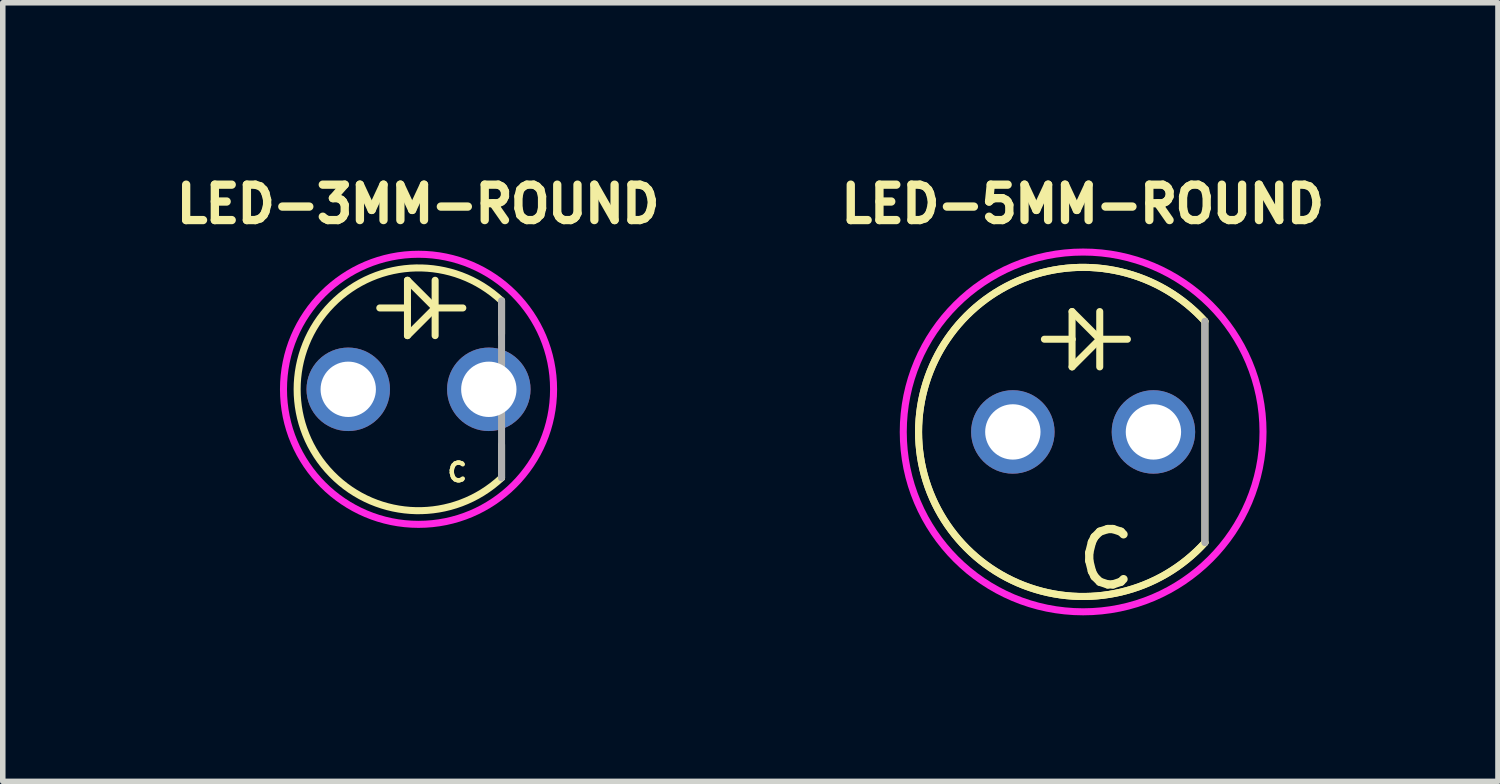
<source format=kicad_pcb>
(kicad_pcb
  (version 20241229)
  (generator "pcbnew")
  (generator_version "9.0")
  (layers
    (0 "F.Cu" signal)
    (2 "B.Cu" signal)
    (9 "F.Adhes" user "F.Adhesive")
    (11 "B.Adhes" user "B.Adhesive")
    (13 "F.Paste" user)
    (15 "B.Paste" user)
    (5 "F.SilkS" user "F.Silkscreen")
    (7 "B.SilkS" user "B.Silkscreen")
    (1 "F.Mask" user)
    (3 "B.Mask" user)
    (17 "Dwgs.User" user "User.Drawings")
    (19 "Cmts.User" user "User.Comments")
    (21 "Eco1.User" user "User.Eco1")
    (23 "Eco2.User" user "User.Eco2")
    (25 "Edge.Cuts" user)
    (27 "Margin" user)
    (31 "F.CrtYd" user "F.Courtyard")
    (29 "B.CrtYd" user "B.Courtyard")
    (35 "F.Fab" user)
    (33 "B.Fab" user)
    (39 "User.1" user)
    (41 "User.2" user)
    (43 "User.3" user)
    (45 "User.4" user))
  (footprint "LED-5MM-ROUND"
    (layer "F.Cu")
    (at 16.52 4.754)
    (property "Reference" "LED-5MM-ROUND" (at -0.008 -4.116 0) (layer "F.SilkS") (effects (font (size 0.64 0.64) (thickness 0.15))))
    (attr through_hole)
    (fp_line (start -0.2 -2.175) (end 0.3 -1.675) (stroke (width 0.127) (type solid)) (layer "F.SilkS"))
    (fp_line (start -0.2 -1.675) (end -0.7 -1.675) (stroke (width 0.127) (type solid)) (layer "F.SilkS"))
    (fp_line (start -0.2 -1.675) (end -0.2 -2.175) (stroke (width 0.127) (type solid)) (layer "F.SilkS"))
    (fp_line (start -0.2 -1.175) (end -0.2 -1.675) (stroke (width 0.127) (type solid)) (layer "F.SilkS"))
    (fp_line (start 0.3 -1.675) (end -0.2 -1.175) (stroke (width 0.127) (type solid)) (layer "F.SilkS"))
    (fp_line (start 0.3 -1.675) (end 0.3 -2.175) (stroke (width 0.127) (type solid)) (layer "F.SilkS"))
    (fp_line (start 0.3 -1.675) (end 0.3 -1.175) (stroke (width 0.127) (type solid)) (layer "F.SilkS"))
    (fp_line (start 0.8 -1.675) (end 0.3 -1.675) (stroke (width 0.127) (type solid)) (layer "F.SilkS"))
    (fp_line (start 2.2 -2) (end 2.2 2) (stroke (width 0.127) (type solid)) (layer "F.SilkS"))
    (fp_arc (start 2.2 2) (mid -2.97324 0) (end 2.2 -2) (stroke (width 0.127) (type solid)) (layer "F.SilkS"))
    (fp_arc (start 2.2 2) (mid -2.97324 0) (end 2.2 -2) (stroke (width 0.127) (type solid)) (layer "F.SilkS"))
    (fp_circle (center 0 0) (end 3.25 0) (stroke (width 0.127) (type solid)) (fill no) (layer "F.CrtYd"))
    (fp_line (start 2.2 -2) (end 2.2 2) (stroke (width 0.127) (type solid)) (layer "F.Fab"))
    (fp_text user "C" (at 0.42 2.3 0) (layer "F.SilkS") (effects (font (size 1 1) (thickness 0.15))))
    (pad "1" thru_hole circle (at 1.27 0) (size 1.508 1.508) (drill 1) (layers "*.Cu" "*.Mask"))
    (pad "2" thru_hole circle (at -1.27 0) (size 1.508 1.508) (drill 1) (layers "*.Cu" "*.Mask")))
  (footprint "LED-3MM-ROUND"
    (layer "F.Cu")
    (at 4.512 3.984)
    (property "Reference" "LED-3MM-ROUND" (at -0.008 -3.346 0) (layer "F.SilkS") (effects (font (size 0.64 0.64) (thickness 0.15))))
    (attr through_hole)
    (fp_line (start -0.2 -1.97) (end 0.3 -1.47) (stroke (width 0.127) (type solid)) (layer "F.SilkS"))
    (fp_line (start -0.2 -1.47) (end -0.7 -1.47) (stroke (width 0.127) (type solid)) (layer "F.SilkS"))
    (fp_line (start -0.2 -1.47) (end -0.2 -1.97) (stroke (width 0.127) (type solid)) (layer "F.SilkS"))
    (fp_line (start -0.2 -0.97) (end -0.2 -1.47) (stroke (width 0.127) (type solid)) (layer "F.SilkS"))
    (fp_line (start 0.3 -1.47) (end -0.2 -0.97) (stroke (width 0.127) (type solid)) (layer "F.SilkS"))
    (fp_line (start 0.3 -1.47) (end 0.3 -1.97) (stroke (width 0.127) (type solid)) (layer "F.SilkS"))
    (fp_line (start 0.3 -1.47) (end 0.8 -1.47) (stroke (width 0.127) (type solid)) (layer "F.SilkS"))
    (fp_line (start 0.3 -0.97) (end 0.3 -1.47) (stroke (width 0.127) (type solid)) (layer "F.SilkS"))
    (fp_line (start 1.5 -1.6) (end 1.5 -1) (stroke (width 0.127) (type solid)) (layer "F.SilkS"))
    (fp_line (start 1.5 1) (end 1.5 1.6) (stroke (width 0.127) (type solid)) (layer "F.SilkS"))
    (fp_arc (start 1.5 1.6) (mid -2.193181 0) (end 1.5 -1.6) (stroke (width 0.127) (type solid)) (layer "F.SilkS"))
    (fp_circle (center 0 0) (end 2.44 0) (stroke (width 0.127) (type solid)) (fill no) (layer "F.CrtYd"))
    (fp_line (start 1.5 -1.6) (end 1.5 1.6) (stroke (width 0.127) (type solid)) (layer "F.Fab"))
    (fp_text user "C" (at 0.7 1.5 0) (layer "F.SilkS") (effects (font (size 0.32 0.32) (thickness 0.15))))
    (pad "1" thru_hole circle (at 1.27 0) (size 1.508 1.508) (drill 1) (layers "*.Cu" "*.Mask"))
    (pad "2" thru_hole circle (at -1.27 0) (size 1.508 1.508) (drill 1) (layers "*.Cu" "*.Mask")))
  (gr_rect
    (start -3 -3)
    (end 24.015 11.068)
    (stroke (width 0.1) (type default))
    (fill no)
    (layer "Edge.Cuts")))
</source>
